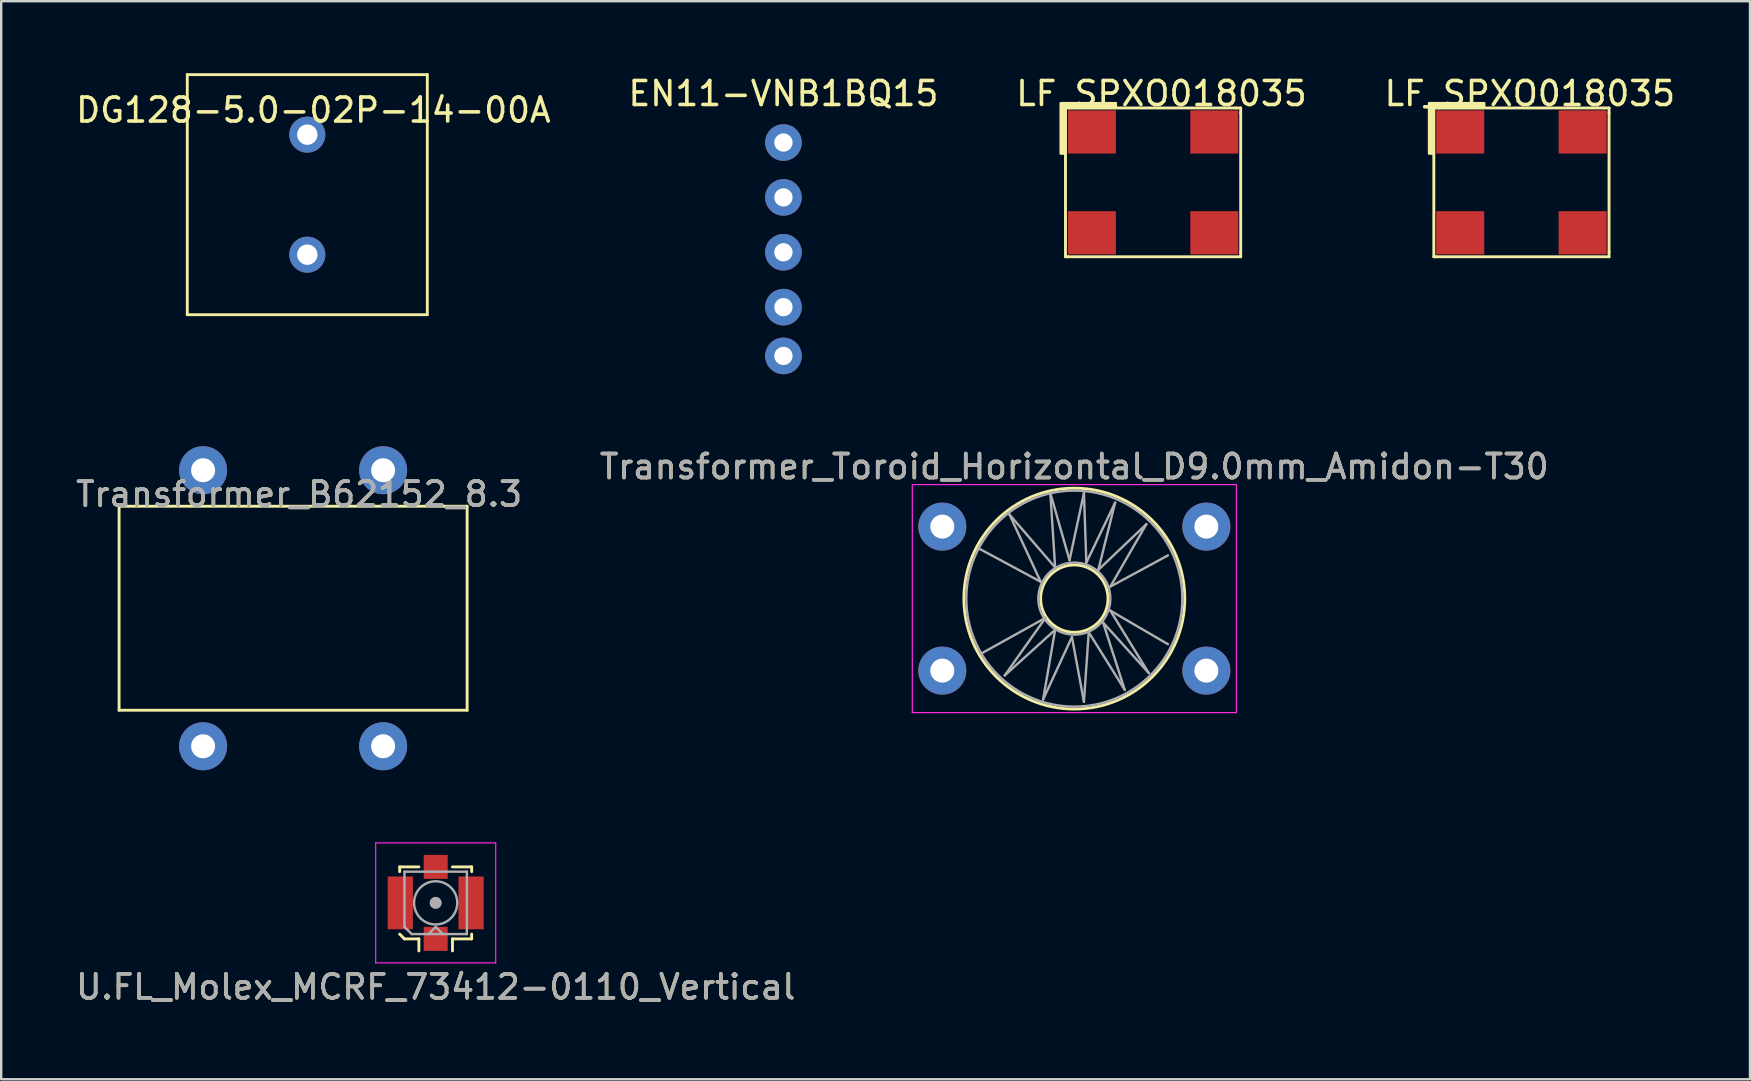
<source format=kicad_pcb>
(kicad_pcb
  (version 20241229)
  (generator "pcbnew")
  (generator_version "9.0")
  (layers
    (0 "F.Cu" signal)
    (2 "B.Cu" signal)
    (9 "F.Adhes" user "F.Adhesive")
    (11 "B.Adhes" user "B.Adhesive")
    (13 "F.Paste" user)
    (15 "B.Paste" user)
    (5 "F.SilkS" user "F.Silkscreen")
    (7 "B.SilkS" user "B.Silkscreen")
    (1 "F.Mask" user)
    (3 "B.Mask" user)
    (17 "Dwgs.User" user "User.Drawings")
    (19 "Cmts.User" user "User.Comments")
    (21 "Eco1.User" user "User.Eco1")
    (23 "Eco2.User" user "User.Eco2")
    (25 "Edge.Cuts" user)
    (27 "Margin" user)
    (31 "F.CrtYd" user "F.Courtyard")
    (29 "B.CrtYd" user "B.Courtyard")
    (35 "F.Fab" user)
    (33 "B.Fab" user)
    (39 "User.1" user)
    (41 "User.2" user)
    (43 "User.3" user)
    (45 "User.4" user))
  (footprint "DG128-5.0-02P-14-00A"
    (layer "F.Cu")
    (at 9.752 2.56)
    (property "Reference" "DG128-5.0-02P-14-00A" (at 0.254 -1.024 0) (layer "F.SilkS") (effects (font (size 1 1) (thickness 0.15))))
    (attr through_hole)
    (fp_line (start -5 -2.5) (end -5 7.5) (stroke (width 0.12) (type solid)) (layer "F.SilkS"))
    (fp_line (start -5 7.5) (end 5 7.5) (stroke (width 0.12) (type solid)) (layer "F.SilkS"))
    (fp_line (start 5 -2.5) (end -5 -2.5) (stroke (width 0.12) (type solid)) (layer "F.SilkS"))
    (fp_line (start 5 7.5) (end 5 -2.5) (stroke (width 0.12) (type solid)) (layer "F.SilkS"))
    (pad "1" thru_hole circle (at 0 0) (size 1.5 1.5) (drill 0.85) (layers "*.Cu" "*.Mask"))
    (pad "2" thru_hole circle (at 0 5) (size 1.5 1.5) (drill 0.85) (layers "*.Cu" "*.Mask")))
  (footprint "Transformer_B62152_8.3"
    (layer "F.Cu")
    (at 9.411 22.54)
    (property "Reference" "Transformer_B62152_8.3" (at 0 -5 180) (layer "F.SilkS") (effects (font (size 1 1) (thickness 0.15))))
    (attr through_hole)
    (fp_line (start -7.5 -4.5) (end 7 -4.5) (stroke (width 0.12) (type solid)) (layer "F.SilkS"))
    (fp_line (start -7.5 4) (end -7.5 -4.5) (stroke (width 0.12) (type solid)) (layer "F.SilkS"))
    (fp_line (start 7 -4.5) (end 7 4) (stroke (width 0.12) (type solid)) (layer "F.SilkS"))
    (fp_line (start 7 4) (end -7.5 4) (stroke (width 0.12) (type solid)) (layer "F.SilkS"))
    (fp_text user "${REFERENCE}" (at 0 -5 180) (layer "F.Fab") (effects (font (size 1 1) (thickness 0.15))))
    (pad "1" thru_hole circle (at -4 -6) (size 2 2) (drill 1) (layers "*.Cu" "*.Mask"))
    (pad "2" thru_hole circle (at 3.5 -6) (size 2 2) (drill 1) (layers "*.Cu" "*.Mask"))
    (pad "3" thru_hole circle (at -4 5.5) (size 2 2) (drill 1) (layers "*.Cu" "*.Mask"))
    (pad "4" thru_hole circle (at 3.5 5.5) (size 2 2) (drill 1) (layers "*.Cu" "*.Mask")))
  (footprint "U.FL_Molex_MCRF_73412-0110_Vertical"
    (layer "F.Cu")
    (at 15.101 34.565)
    (property "Reference" "U.FL_Molex_MCRF_73412-0110_Vertical" (at 0 3.5 0) (layer "F.SilkS") (effects (font (size 1 1) (thickness 0.15))))
    (attr smd)
    (fp_line (start -1.5 -1.5) (end -0.7 -1.5) (stroke (width 0.12) (type solid)) (layer "F.SilkS"))
    (fp_line (start -1.5 -1.3) (end -1.5 -1.5) (stroke (width 0.12) (type solid)) (layer "F.SilkS"))
    (fp_line (start -1.3 1.5) (end -1.5 1.3) (stroke (width 0.12) (type solid)) (layer "F.SilkS"))
    (fp_line (start -0.7 1.5) (end -1.3 1.5) (stroke (width 0.12) (type solid)) (layer "F.SilkS"))
    (fp_line (start -0.7 1.5) (end -0.7 2) (stroke (width 0.12) (type solid)) (layer "F.SilkS"))
    (fp_line (start 0.7 -1.5) (end 1.5 -1.5) (stroke (width 0.12) (type solid)) (layer "F.SilkS"))
    (fp_line (start 0.7 1.5) (end 0.7 2) (stroke (width 0.12) (type solid)) (layer "F.SilkS"))
    (fp_line (start 1.5 -1.5) (end 1.5 -1.3) (stroke (width 0.12) (type solid)) (layer "F.SilkS"))
    (fp_line (start 1.5 1.3) (end 1.5 1.5) (stroke (width 0.12) (type solid)) (layer "F.SilkS"))
    (fp_line (start 1.5 1.5) (end 0.7 1.5) (stroke (width 0.12) (type solid)) (layer "F.SilkS"))
    (fp_line (start -2.5 -2.5) (end -2.5 2.5) (stroke (width 0.05) (type solid)) (layer "F.CrtYd"))
    (fp_line (start -2.5 2.5) (end 2.5 2.5) (stroke (width 0.05) (type solid)) (layer "F.CrtYd"))
    (fp_line (start 2.5 -2.5) (end -2.5 -2.5) (stroke (width 0.05) (type solid)) (layer "F.CrtYd"))
    (fp_line (start 2.5 2.5) (end 2.5 -2.5) (stroke (width 0.05) (type solid)) (layer "F.CrtYd"))
    (fp_line (start -1.3 -1.3) (end -1.3 1) (stroke (width 0.1) (type solid)) (layer "F.Fab"))
    (fp_line (start -1.3 -1.3) (end 1.3 -1.3) (stroke (width 0.1) (type solid)) (layer "F.Fab"))
    (fp_line (start -1.3 1) (end -1 1.3) (stroke (width 0.1) (type solid)) (layer "F.Fab"))
    (fp_line (start -1 1.3) (end 1.3 1.3) (stroke (width 0.1) (type solid)) (layer "F.Fab"))
    (fp_line (start -0.3 1.3) (end 0 1) (stroke (width 0.1) (type solid)) (layer "F.Fab"))
    (fp_line (start 0 1) (end 0.3 1.3) (stroke (width 0.1) (type solid)) (layer "F.Fab"))
    (fp_line (start 1.3 -1.3) (end 1.3 1.3) (stroke (width 0.1) (type solid)) (layer "F.Fab"))
    (fp_circle (center 0 0) (end 0 0.05) (stroke (width 0.1) (type solid)) (fill no) (layer "F.Fab"))
    (fp_circle (center 0 0) (end 0 0.125) (stroke (width 0.1) (type solid)) (fill no) (layer "F.Fab"))
    (fp_circle (center 0 0) (end 0 0.2) (stroke (width 0.1) (type solid)) (fill no) (layer "F.Fab"))
    (fp_circle (center 0 0) (end 0.9 0) (stroke (width 0.1) (type solid)) (fill no) (layer "F.Fab"))
    (fp_text user "${REFERENCE}" (at 0 3.5 0) (layer "F.Fab") (effects (font (size 1 1) (thickness 0.15))))
    (pad "1" smd rect (at 0 1.5) (size 1 1) (layers "F.Cu" "F.Mask" "F.Paste"))
    (pad "2" smd rect (at -1.475 0) (size 1.05 2.2) (layers "F.Cu" "F.Mask" "F.Paste"))
    (pad "2" smd rect (at 0 -1.5) (size 1 1) (layers "F.Cu" "F.Mask" "F.Paste"))
    (pad "2" smd rect (at 1.475 0) (size 1.05 2.2) (layers "F.Cu" "F.Mask" "F.Paste")))
  (footprint "Transformer_Toroid_Horizontal_D9.0mm_Amidon-T30"
    (layer "F.Cu")
    (at 36.208 24.889)
    (property "Reference" "Transformer_Toroid_Horizontal_D9.0mm_Amidon-T30" (at 5.5 -8.5 180) (layer "F.SilkS") (effects (font (size 1 1) (thickness 0.15))))
    (attr through_hole)
    (fp_circle (center 5.5 -3) (end 6.9 -3.1) (stroke (width 0.12) (type solid)) (fill no) (layer "F.SilkS"))
    (fp_circle (center 5.5 -3) (end 10.1 -3.1) (stroke (width 0.12) (type solid)) (fill no) (layer "F.SilkS"))
    (fp_line (start -1.25 -7.75) (end -1.25 1.75) (stroke (width 0.05) (type solid)) (layer "F.CrtYd"))
    (fp_line (start -1.25 -7.75) (end 12.25 -7.75) (stroke (width 0.05) (type solid)) (layer "F.CrtYd"))
    (fp_line (start 12.25 1.75) (end -1.25 1.75) (stroke (width 0.05) (type solid)) (layer "F.CrtYd"))
    (fp_line (start 12.25 1.75) (end 12.25 -7.75) (stroke (width 0.05) (type solid)) (layer "F.CrtYd"))
    (fp_line (start 1.5 -5.1) (end 4.1 -3.7) (stroke (width 0.1) (type solid)) (layer "F.Fab"))
    (fp_line (start 1.6 -0.7) (end 4.3 -2.2) (stroke (width 0.1) (type solid)) (layer "F.Fab"))
    (fp_line (start 2.6 0.2) (end 4.7 -1.7) (stroke (width 0.1) (type solid)) (layer "F.Fab"))
    (fp_line (start 2.8 -6.5) (end 4.7 -4.3) (stroke (width 0.1) (type solid)) (layer "F.Fab"))
    (fp_line (start 4.1 -3.7) (end 2.8 -6.5) (stroke (width 0.1) (type solid)) (layer "F.Fab"))
    (fp_line (start 4.2 1.2) (end 5.4 -1.4) (stroke (width 0.1) (type solid)) (layer "F.Fab"))
    (fp_line (start 4.3 -2.2) (end 2.6 0.2) (stroke (width 0.1) (type solid)) (layer "F.Fab"))
    (fp_line (start 4.5 -7.4) (end 5.3 -4.6) (stroke (width 0.1) (type solid)) (layer "F.Fab"))
    (fp_line (start 4.7 -4.3) (end 4.5 -7.4) (stroke (width 0.1) (type solid)) (layer "F.Fab"))
    (fp_line (start 4.7 -1.7) (end 4.2 1.2) (stroke (width 0.1) (type solid)) (layer "F.Fab"))
    (fp_line (start 5.3 -4.6) (end 5.9 -7.4) (stroke (width 0.1) (type solid)) (layer "F.Fab"))
    (fp_line (start 5.4 -1.4) (end 5.9 1.3) (stroke (width 0.1) (type solid)) (layer "F.Fab"))
    (fp_line (start 5.9 -7.4) (end 6 -4.5) (stroke (width 0.1) (type solid)) (layer "F.Fab"))
    (fp_line (start 5.9 1.3) (end 6.1 -1.6) (stroke (width 0.1) (type solid)) (layer "F.Fab"))
    (fp_line (start 6 -4.5) (end 7.2 -7) (stroke (width 0.1) (type solid)) (layer "F.Fab"))
    (fp_line (start 6.1 -1.6) (end 7.6 0.8) (stroke (width 0.1) (type solid)) (layer "F.Fab"))
    (fp_line (start 6.5 -4.2) (end 8.5 -6.1) (stroke (width 0.1) (type solid)) (layer "F.Fab"))
    (fp_line (start 6.7 -2) (end 8.6 0.1) (stroke (width 0.1) (type solid)) (layer "F.Fab"))
    (fp_line (start 7 -3.5) (end 9.4 -4.8) (stroke (width 0.1) (type solid)) (layer "F.Fab"))
    (fp_line (start 7 -2.5) (end 9.4 -1.1) (stroke (width 0.1) (type solid)) (layer "F.Fab"))
    (fp_line (start 7.2 -7) (end 6.5 -4.2) (stroke (width 0.1) (type solid)) (layer "F.Fab"))
    (fp_line (start 7.6 0.8) (end 6.7 -2) (stroke (width 0.1) (type solid)) (layer "F.Fab"))
    (fp_line (start 8.5 -6.1) (end 7 -3.5) (stroke (width 0.1) (type solid)) (layer "F.Fab"))
    (fp_line (start 8.6 0.1) (end 7 -2.5) (stroke (width 0.1) (type solid)) (layer "F.Fab"))
    (fp_circle (center 5.5 -3) (end 7 -3) (stroke (width 0.1) (type solid)) (fill no) (layer "F.Fab"))
    (fp_circle (center 5.5 -3) (end 10 -3) (stroke (width 0.1) (type solid)) (fill no) (layer "F.Fab"))
    (fp_text user "${REFERENCE}" (at 5.5 -8.5 180) (layer "F.Fab") (effects (font (size 1 1) (thickness 0.15))))
    (pad "1" thru_hole circle (at 0 0) (size 2 2) (drill 1) (layers "*.Cu" "*.Mask"))
    (pad "2" thru_hole circle (at 11 0) (size 2 2) (drill 1) (layers "*.Cu" "*.Mask"))
    (pad "3" thru_hole circle (at 0 -6) (size 2 2) (drill 1) (layers "*.Cu" "*.Mask"))
    (pad "4" thru_hole circle (at 11 -6) (size 2 2) (drill 1) (layers "*.Cu" "*.Mask")))
  (footprint "LF SPXO018035"
    (layer "F.Cu")
    (at 41.539 1.648)
    (property "Reference" "LF SPXO018035" (at 3.8 -0.8 0) (layer "F.SilkS") (effects (font (size 1 1) (thickness 0.15))))
    (attr through_hole)
    (fp_line (start -0.2 -0.2) (end 0 -0.2) (stroke (width 0.12) (type solid)) (layer "F.SilkS"))
    (fp_line (start -0.2 6) (end -0.2 -0.2) (stroke (width 0.12) (type solid)) (layer "F.SilkS"))
    (fp_line (start -0.1 6) (end -0.2 6) (stroke (width 0.12) (type solid)) (layer "F.SilkS"))
    (fp_line (start 0 -0.2) (end 6.9 -0.2) (stroke (width 0.12) (type solid)) (layer "F.SilkS"))
    (fp_line (start 6.9 -0.2) (end 7.1 -0.2) (stroke (width 0.12) (type solid)) (layer "F.SilkS"))
    (fp_line (start 7.1 -0.2) (end 7.1 0) (stroke (width 0.12) (type solid)) (layer "F.SilkS"))
    (fp_line (start 7.1 0) (end 7.1 5.8) (stroke (width 0.12) (type solid)) (layer "F.SilkS"))
    (fp_line (start 7.1 5.8) (end 7.1 6) (stroke (width 0.12) (type solid)) (layer "F.SilkS"))
    (fp_line (start 7.1 6) (end -0.1 6) (stroke (width 0.12) (type solid)) (layer "F.SilkS"))
    (fp_poly (pts (xy -0.3 -0.4) (xy -0.2 -0.2) (xy 1.9 -0.2) (xy 1.9 -0.4)) (stroke (width 0.1) (type solid)) (fill yes) (layer "F.SilkS"))
    (fp_poly (pts (xy -0.2 1.7) (xy -0.4 1.7) (xy -0.4 -0.4) (xy -0.3 -0.4) (xy -0.2 -0.4)) (stroke (width 0.1) (type solid)) (fill yes) (layer "F.SilkS"))
    (pad "1" smd rect (at 0.9 0.8) (size 2 1.8) (layers "F.Cu" "F.Mask" "F.Paste"))
    (pad "2" smd rect (at 6 0.8) (size 2 1.8) (layers "F.Cu" "F.Mask" "F.Paste"))
    (pad "3" smd rect (at 6 5) (size 2 1.8) (layers "F.Cu" "F.Mask" "F.Paste"))
    (pad "4" smd rect (at 0.9 5) (size 2 1.8) (layers "F.Cu" "F.Mask" "F.Paste")))
  (footprint "EN11-VNB1BQ15"
    (layer "F.Cu")
    (at 29.589 0.348)
    (property "Reference" "EN11-VNB1BQ15" (at 0 0.5 0) (layer "F.SilkS") (effects (font (size 1 1) (thickness 0.15))))
    (attr through_hole)
    (pad "1" thru_hole circle (at 0 2.54) (size 1.524 1.524) (drill 0.762) (layers "*.Cu" "*.Mask"))
    (pad "2" thru_hole circle (at 0 4.826) (size 1.524 1.524) (drill 0.762) (layers "*.Cu" "*.Mask"))
    (pad "3" thru_hole circle (at 0 7.112) (size 1.524 1.524) (drill 0.762) (layers "*.Cu" "*.Mask"))
    (pad "4" thru_hole circle (at 0 9.398) (size 1.524 1.524) (drill 0.762) (layers "*.Cu" "*.Mask"))
    (pad "5" thru_hole circle (at 0 11.43) (size 1.524 1.524) (drill 0.762) (layers "*.Cu" "*.Mask")))
  (footprint "LF_SPXO018035"
    (layer "F.Cu")
    (at 56.885 1.648)
    (property "Reference" "LF_SPXO018035" (at 3.8 -0.8 0) (layer "F.SilkS") (effects (font (size 1 1) (thickness 0.15))))
    (attr through_hole)
    (fp_line (start -0.2 -0.2) (end 0 -0.2) (stroke (width 0.12) (type solid)) (layer "F.SilkS"))
    (fp_line (start -0.2 6) (end -0.2 -0.2) (stroke (width 0.12) (type solid)) (layer "F.SilkS"))
    (fp_line (start -0.1 6) (end -0.2 6) (stroke (width 0.12) (type solid)) (layer "F.SilkS"))
    (fp_line (start 0 -0.2) (end 6.9 -0.2) (stroke (width 0.12) (type solid)) (layer "F.SilkS"))
    (fp_line (start 6.9 -0.2) (end 7.1 -0.2) (stroke (width 0.12) (type solid)) (layer "F.SilkS"))
    (fp_line (start 7.1 -0.2) (end 7.1 0) (stroke (width 0.12) (type solid)) (layer "F.SilkS"))
    (fp_line (start 7.1 0) (end 7.1 5.8) (stroke (width 0.12) (type solid)) (layer "F.SilkS"))
    (fp_line (start 7.1 5.8) (end 7.1 6) (stroke (width 0.12) (type solid)) (layer "F.SilkS"))
    (fp_line (start 7.1 6) (end -0.1 6) (stroke (width 0.12) (type solid)) (layer "F.SilkS"))
    (fp_poly (pts (xy -0.3 -0.4) (xy -0.2 -0.2) (xy 1.9 -0.2) (xy 1.9 -0.4)) (stroke (width 0.1) (type solid)) (fill yes) (layer "F.SilkS"))
    (fp_poly (pts (xy -0.2 1.7) (xy -0.4 1.7) (xy -0.4 -0.4) (xy -0.3 -0.4) (xy -0.2 -0.4)) (stroke (width 0.1) (type solid)) (fill yes) (layer "F.SilkS"))
    (pad "1" smd rect (at 0.9 0.8) (size 2 1.8) (layers "F.Cu" "F.Mask" "F.Paste"))
    (pad "2" smd rect (at 6 0.8) (size 2 1.8) (layers "F.Cu" "F.Mask" "F.Paste"))
    (pad "3" smd rect (at 6 5) (size 2 1.8) (layers "F.Cu" "F.Mask" "F.Paste"))
    (pad "4" smd rect (at 0.9 5) (size 2 1.8) (layers "F.Cu" "F.Mask" "F.Paste")))
  (gr_rect
    (start -3 -3)
    (end 69.857 41.913)
    (stroke (width 0.1) (type default))
    (fill no)
    (layer "Edge.Cuts")))
</source>
